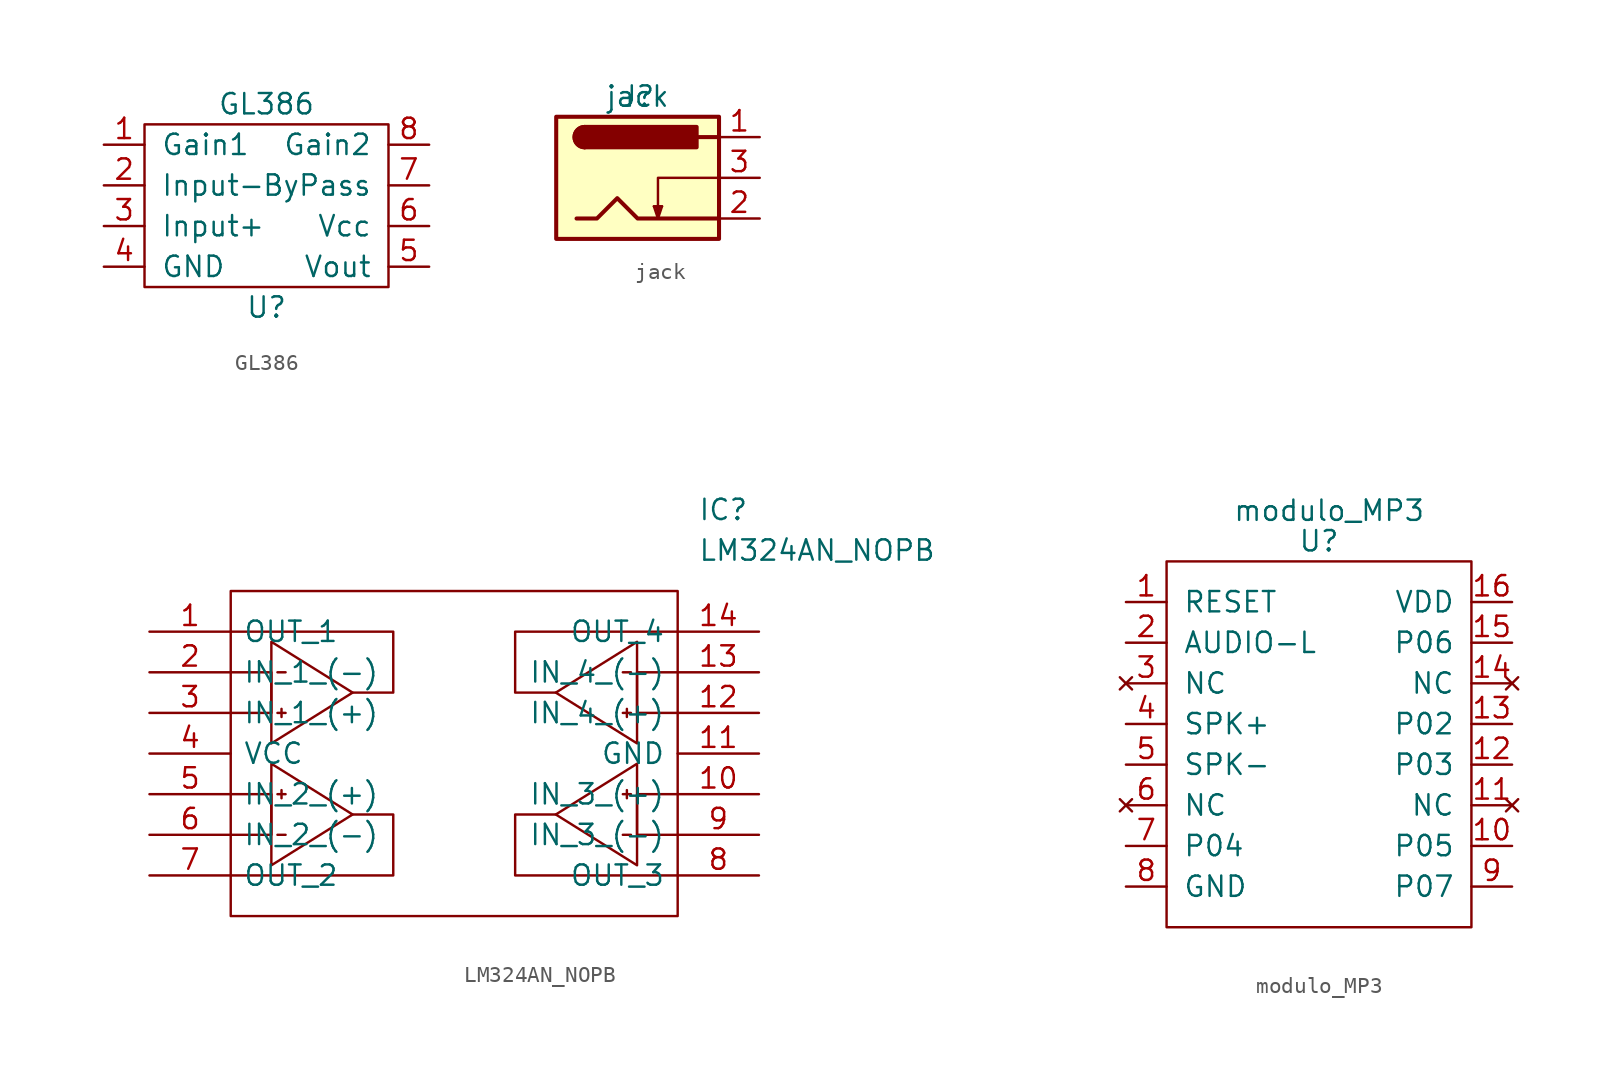
<source format=kicad_sym>
(kicad_symbol_lib
  (version 20231120)
  (generator "kicad_symbol_editor")
  (generator_version "8.0")
  (symbol "GL386"
    (pin_names
      (offset 1.016))
    (property "Reference" "U"
      (at 0 -6.35 0)
      (effects (font (size 1.27 1.27))))
    (property "Value" "GL386"
      (at 0 6.35 0)
      (effects (font (size 1.27 1.27))))
    (symbol "GL386_0_1"
      (rectangle (start -7.62 5.08) (end 7.62 -5.08) (stroke (width 0) (type default)) (fill (type none))))
    (symbol "GL386_1_1"
      (pin bidirectional line (at -10.16 3.81 0) (length 2.54) (name "Gain1" (effects (font (size 1.27 1.27)))) (number "1" (effects (font (size 1.27 1.27)))))
      (pin input line (at -10.16 1.27 0) (length 2.54) (name "Input-" (effects (font (size 1.27 1.27)))) (number "2" (effects (font (size 1.27 1.27)))))
      (pin input line (at -10.16 -1.27 0) (length 2.54) (name "Input+" (effects (font (size 1.27 1.27)))) (number "3" (effects (font (size 1.27 1.27)))))
      (pin power_in line (at -10.16 -3.81 0) (length 2.54) (name "GND" (effects (font (size 1.27 1.27)))) (number "4" (effects (font (size 1.27 1.27)))))
      (pin output line (at 10.16 -3.81 180) (length 2.54) (name "Vout" (effects (font (size 1.27 1.27)))) (number "5" (effects (font (size 1.27 1.27)))))
      (pin power_in line (at 10.16 -1.27 180) (length 2.54) (name "Vcc" (effects (font (size 1.27 1.27)))) (number "6" (effects (font (size 1.27 1.27)))))
      (pin output line (at 10.16 1.27 180) (length 2.54) (name "ByPass" (effects (font (size 1.27 1.27)))) (number "7" (effects (font (size 1.27 1.27)))))
      (pin bidirectional line (at 10.16 3.81 180) (length 2.54) (name "Gain2" (effects (font (size 1.27 1.27)))) (number "8" (effects (font (size 1.27 1.27)))))))
  (symbol "jack"
    (pin_names
      (offset 1.016))
    (property "Reference" "J"
      (at 0 0 0)
      (effects (font (size 1.27 1.27))))
    (property "Value" "jack"
      (at 0 0 0)
      (effects (font (size 1.27 1.27))))
    (symbol "jack_0_1"
      (polyline (pts (xy 1.016 -6.858) (xy 1.27 -7.62) (xy 1.524 -6.858)) (stroke (width 0) (type default)) (fill (type none)))
      (polyline (pts (xy 1.397 -6.858) (xy 1.27 -7.239) (xy 1.143 -6.858)) (stroke (width 0) (type default)) (fill (type none)))
      (rectangle (start 1.27 -6.858) (end 1.016 -6.858) (stroke (width 0) (type default)) (fill (type none)))
      (rectangle (start 1.27 -6.858) (end 1.27 -6.858) (stroke (width 0) (type default)) (fill (type none)))
      (rectangle (start 1.27 -6.858) (end 1.524 -6.858) (stroke (width 0) (type default)) (fill (type none)))
      (rectangle (start 5.08 -5.08) (end 1.27 -7.62) (stroke (width 0) (type default)) (fill (type none))))
    (symbol "jack_1_1"
      (rectangle (start -5.08 -1.27) (end 5.08 -8.89) (stroke (width 0.254) (type default)) (fill (type background)))
      (arc (start -3.302 -1.905) (mid -3.9343 -2.54) (end -3.302 -3.175) (stroke (width 0.254) (type default)) (fill (type none)))
      (arc (start -3.302 -1.905) (mid -3.9343 -2.54) (end -3.302 -3.175) (stroke (width 0.254) (type default)) (fill (type outline)))
      (polyline (pts (xy 5.08 -2.54) (xy 3.81 -2.54)) (stroke (width 0.254) (type default)) (fill (type none)))
      (polyline (pts (xy -3.81 -7.62) (xy -2.54 -7.62) (xy -1.27 -6.35) (xy 0 -7.62) (xy 2.54 -7.62) (xy 5.08 -7.62)) (stroke (width 0.254) (type default)) (fill (type none)))
      (rectangle (start 3.683 -1.905) (end -3.302 -3.175) (stroke (width 0.254) (type default)) (fill (type outline)))
      (pin passive line (at 7.62 -2.54 180) (length 2.54) (name "~" (effects (font (size 1.27 1.27)))) (number "1" (effects (font (size 1.27 1.27)))))
      (pin passive line (at 7.62 -7.62 180) (length 2.54) (name "~" (effects (font (size 1.27 1.27)))) (number "2" (effects (font (size 1.27 1.27)))))
      (pin passive line (at 7.62 -5.08 180) (length 2.54) (name "~" (effects (font (size 1.27 1.27)))) (number "3" (effects (font (size 1.27 1.27)))))))
  (symbol "LM324AN_NOPB"
    (pin_names
      (offset 0.762))
    (property "Reference" "IC"
      (at 15.24 15.24 0)
      (effects (font (size 1.27 1.27)) (justify left)))
    (property "Value" "LM324AN_NOPB"
      (at 15.24 12.7 0)
      (effects (font (size 1.27 1.27)) (justify left)))
    (symbol "LM324AN_NOPB_0_0"
      (pin output line (at -19.05 7.62 0) (length 5.08) (name "OUT_1" (effects (font (size 1.27 1.27)))) (number "1" (effects (font (size 1.27 1.27)))))
      (pin input line (at 19.05 -2.54 180) (length 5.08) (name "IN_3_(+)" (effects (font (size 1.27 1.27)))) (number "10" (effects (font (size 1.27 1.27)))))
      (pin power_in line (at 19.05 0 180) (length 5.08) (name "GND" (effects (font (size 1.27 1.27)))) (number "11" (effects (font (size 1.27 1.27)))))
      (pin input line (at 19.05 2.54 180) (length 5.08) (name "IN_4_(+)" (effects (font (size 1.27 1.27)))) (number "12" (effects (font (size 1.27 1.27)))))
      (pin input line (at 19.05 5.08 180) (length 5.08) (name "IN_4_(-)" (effects (font (size 1.27 1.27)))) (number "13" (effects (font (size 1.27 1.27)))))
      (pin output line (at 19.05 7.62 180) (length 5.08) (name "OUT_4" (effects (font (size 1.27 1.27)))) (number "14" (effects (font (size 1.27 1.27)))))
      (pin input line (at -19.05 5.08 0) (length 5.08) (name "IN_1_(-)" (effects (font (size 1.27 1.27)))) (number "2" (effects (font (size 1.27 1.27)))))
      (pin input line (at -19.05 2.54 0) (length 5.08) (name "IN_1_(+)" (effects (font (size 1.27 1.27)))) (number "3" (effects (font (size 1.27 1.27)))))
      (pin power_in line (at -19.05 0 0) (length 5.08) (name "VCC" (effects (font (size 1.27 1.27)))) (number "4" (effects (font (size 1.27 1.27)))))
      (pin input line (at -19.05 -2.54 0) (length 5.08) (name "IN_2_(+)" (effects (font (size 1.27 1.27)))) (number "5" (effects (font (size 1.27 1.27)))))
      (pin input line (at -19.05 -5.08 0) (length 5.08) (name "IN_2_(-)" (effects (font (size 1.27 1.27)))) (number "6" (effects (font (size 1.27 1.27)))))
      (pin output line (at -19.05 -7.62 0) (length 5.08) (name "OUT_2" (effects (font (size 1.27 1.27)))) (number "7" (effects (font (size 1.27 1.27)))))
      (pin output line (at 19.05 -7.62 180) (length 5.08) (name "OUT_3" (effects (font (size 1.27 1.27)))) (number "8" (effects (font (size 1.27 1.27)))))
      (pin input line (at 19.05 -5.08 180) (length 5.08) (name "IN_3_(-)" (effects (font (size 1.27 1.27)))) (number "9" (effects (font (size 1.27 1.27))))))
    (symbol "LM324AN_NOPB_0_1"
      (polyline (pts (xy -11.049 2.54) (xy -10.541 2.54)) (stroke (width 0) (type default)) (fill (type none)))
      (polyline (pts (xy -10.795 2.794) (xy -10.795 2.286)) (stroke (width 0) (type default)) (fill (type none)))
      (polyline (pts (xy -11.049 5.08) (xy -10.541 5.08) (xy -10.668 5.08)) (stroke (width 0) (type default)) (fill (type none)))
      (polyline (pts (xy -13.97 5.08) (xy -11.43 5.08) (xy -11.43 2.54) (xy -13.97 2.54)) (stroke (width 0) (type default)) (fill (type none)))
      (polyline (pts (xy -11.43 6.985) (xy -11.43 0.635) (xy -6.35 3.81) (xy -11.43 6.985)) (stroke (width 0) (type default)) (fill (type none)))
      (polyline (pts (xy -6.35 3.81) (xy -3.81 3.81) (xy -3.81 7.62) (xy -13.97 7.62)) (stroke (width 0) (type default)) (fill (type none)))
      (polyline (pts (xy -13.97 10.16) (xy 13.97 10.16) (xy 13.97 -10.16) (xy -13.97 -10.16) (xy -13.97 10.16)) (stroke (width 0.152) (type default)) (fill (type none))))
    (symbol "LM324AN_NOPB_1_1"
      (polyline (pts (xy -11.049 -2.54) (xy -10.541 -2.54)) (stroke (width 0) (type default)) (fill (type none)))
      (polyline (pts (xy -10.795 -2.794) (xy -10.795 -2.286)) (stroke (width 0) (type default)) (fill (type none)))
      (polyline (pts (xy 10.795 -2.794) (xy 10.795 -2.286)) (stroke (width 0) (type default)) (fill (type none)))
      (polyline (pts (xy 10.795 2.794) (xy 10.795 2.286)) (stroke (width 0) (type default)) (fill (type none)))
      (polyline (pts (xy 11.049 -2.54) (xy 10.541 -2.54)) (stroke (width 0) (type default)) (fill (type none)))
      (polyline (pts (xy 11.049 2.54) (xy 10.541 2.54)) (stroke (width 0) (type default)) (fill (type none)))
      (polyline (pts (xy -11.049 -5.08) (xy -10.541 -5.08) (xy -10.668 -5.08)) (stroke (width 0) (type default)) (fill (type none)))
      (polyline (pts (xy 11.049 -5.08) (xy 10.541 -5.08) (xy 10.668 -5.08)) (stroke (width 0) (type default)) (fill (type none)))
      (polyline (pts (xy 11.049 5.08) (xy 10.541 5.08) (xy 10.668 5.08)) (stroke (width 0) (type default)) (fill (type none)))
      (polyline (pts (xy -13.97 -5.08) (xy -11.43 -5.08) (xy -11.43 -2.54) (xy -13.97 -2.54)) (stroke (width 0) (type default)) (fill (type none)))
      (polyline (pts (xy -11.43 -6.985) (xy -11.43 -0.635) (xy -6.35 -3.81) (xy -11.43 -6.985)) (stroke (width 0) (type default)) (fill (type none)))
      (polyline (pts (xy -6.35 -3.81) (xy -3.81 -3.81) (xy -3.81 -7.62) (xy -13.97 -7.62)) (stroke (width 0) (type default)) (fill (type none)))
      (polyline (pts (xy 6.35 -3.81) (xy 3.81 -3.81) (xy 3.81 -7.62) (xy 13.97 -7.62)) (stroke (width 0) (type default)) (fill (type none)))
      (polyline (pts (xy 6.35 3.81) (xy 3.81 3.81) (xy 3.81 7.62) (xy 13.97 7.62)) (stroke (width 0) (type default)) (fill (type none)))
      (polyline (pts (xy 11.43 -6.985) (xy 11.43 -0.635) (xy 6.35 -3.81) (xy 11.43 -6.985)) (stroke (width 0) (type default)) (fill (type none)))
      (polyline (pts (xy 11.43 6.985) (xy 11.43 0.635) (xy 6.35 3.81) (xy 11.43 6.985)) (stroke (width 0) (type default)) (fill (type none)))
      (polyline (pts (xy 13.97 -5.08) (xy 11.43 -5.08) (xy 11.43 -2.54) (xy 13.97 -2.54)) (stroke (width 0) (type default)) (fill (type none)))
      (polyline (pts (xy 13.97 5.08) (xy 11.43 5.08) (xy 11.43 2.54) (xy 13.97 2.54)) (stroke (width 0) (type default)) (fill (type none)))))
  (symbol "modulo_MP3"
    (pin_names
      (offset 1.016))
    (property "Reference" "U"
      (at 0 7.62 0)
      (effects (font (size 1.27 1.27))))
    (property "Value" "modulo_MP3"
      (at 0.635 9.525 0)
      (effects (font (size 1.27 1.27))))
    (symbol "modulo_MP3_0_1"
      (rectangle (start -9.525 6.35) (end 9.525 -16.51) (stroke (width 0) (type default)) (fill (type none))))
    (symbol "modulo_MP3_1_1"
      (pin output line (at -12.065 3.81 0) (length 2.54) (name "RESET" (effects (font (size 1.27 1.27)))) (number "1" (effects (font (size 1.27 1.27)))))
      (pin output line (at 12.065 -11.43 180) (length 2.54) (name "P05" (effects (font (size 1.27 1.27)))) (number "10" (effects (font (size 1.27 1.27)))))
      (pin no_connect line (at 12.065 -8.89 180) (length 2.54) (name "NC" (effects (font (size 1.27 1.27)))) (number "11" (effects (font (size 1.27 1.27)))))
      (pin output line (at 12.065 -6.35 180) (length 2.54) (name "P03" (effects (font (size 1.27 1.27)))) (number "12" (effects (font (size 1.27 1.27)))))
      (pin output line (at 12.065 -3.81 180) (length 2.54) (name "P02" (effects (font (size 1.27 1.27)))) (number "13" (effects (font (size 1.27 1.27)))))
      (pin no_connect line (at 12.065 -1.27 180) (length 2.54) (name "NC" (effects (font (size 1.27 1.27)))) (number "14" (effects (font (size 1.27 1.27)))))
      (pin input line (at 12.065 1.27 180) (length 2.54) (name "P06" (effects (font (size 1.27 1.27)))) (number "15" (effects (font (size 1.27 1.27)))))
      (pin input line (at 12.065 3.81 180) (length 2.54) (name "VDD" (effects (font (size 1.27 1.27)))) (number "16" (effects (font (size 1.27 1.27)))))
      (pin passive line (at -12.065 1.27 0) (length 2.54) (name "AUDIO-L" (effects (font (size 1.27 1.27)))) (number "2" (effects (font (size 1.27 1.27)))))
      (pin no_connect line (at -12.065 -1.27 0) (length 2.54) (name "NC" (effects (font (size 1.27 1.27)))) (number "3" (effects (font (size 1.27 1.27)))))
      (pin output line (at -12.065 -3.81 0) (length 2.54) (name "SPK+" (effects (font (size 1.27 1.27)))) (number "4" (effects (font (size 1.27 1.27)))))
      (pin output line (at -12.065 -6.35 0) (length 2.54) (name "SPK-" (effects (font (size 1.27 1.27)))) (number "5" (effects (font (size 1.27 1.27)))))
      (pin no_connect line (at -12.065 -8.89 0) (length 2.54) (name "NC" (effects (font (size 1.27 1.27)))) (number "6" (effects (font (size 1.27 1.27)))))
      (pin output line (at -12.065 -11.43 0) (length 2.54) (name "P04" (effects (font (size 1.27 1.27)))) (number "7" (effects (font (size 1.27 1.27)))))
      (pin input line (at -12.065 -13.97 0) (length 2.54) (name "GND" (effects (font (size 1.27 1.27)))) (number "8" (effects (font (size 1.27 1.27)))))
      (pin output line (at 12.065 -13.97 180) (length 2.54) (name "P07" (effects (font (size 1.27 1.27)))) (number "9" (effects (font (size 1.27 1.27))))))))
</source>
